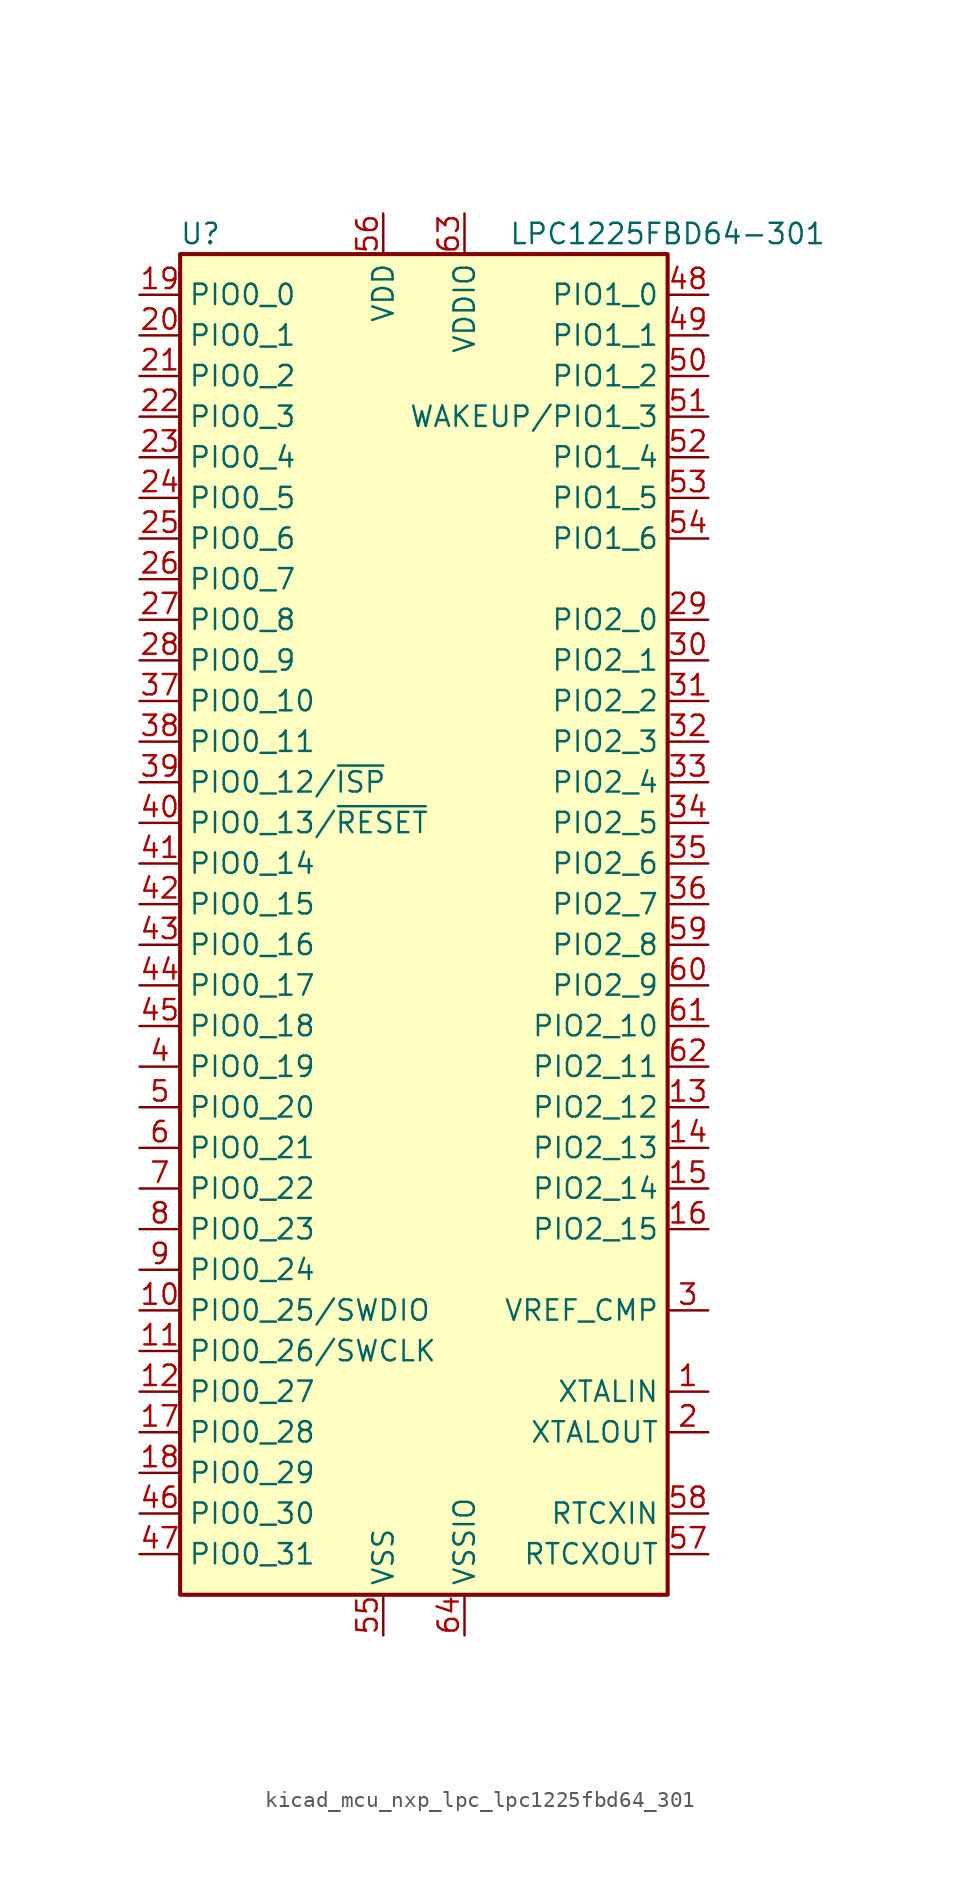
<source format=kicad_sym>
(kicad_symbol_lib
  (version 20220914)
  (generator kicad_symbol_editor)
  (symbol "kicad_mcu_nxp_lpc_lpc1225fbd64_301"
    (property "Reference" "U"
      (at -13.97 44.45 0)
      (effects (font (size 1.27 1.27))))
    (property "Value" "LPC1225FBD64-301"
      (at 15.24 44.45 0)
      (effects (font (size 1.27 1.27))))
    (symbol "kicad_mcu_nxp_lpc_lpc1225fbd64_301_0_1"
      (rectangle (start -15.24 43.18) (end 15.24 -40.64) (stroke (width 0.254) (type default)) (fill (type background))))
    (symbol "kicad_mcu_nxp_lpc_lpc1225fbd64_301_1_1"
      (pin input line (at 17.78 -27.94 180) (length 2.54) (name "XTALIN" (effects (font (size 1.27 1.27)))) (number "1" (effects (font (size 1.27 1.27)))))
      (pin bidirectional line (at -17.78 -22.86 0) (length 2.54) (name "PIO0_25/SWDIO" (effects (font (size 1.27 1.27)))) (number "10" (effects (font (size 1.27 1.27)))))
      (pin bidirectional line (at -17.78 -25.4 0) (length 2.54) (name "PIO0_26/SWCLK" (effects (font (size 1.27 1.27)))) (number "11" (effects (font (size 1.27 1.27)))))
      (pin bidirectional line (at -17.78 -27.94 0) (length 2.54) (name "PIO0_27" (effects (font (size 1.27 1.27)))) (number "12" (effects (font (size 1.27 1.27)))))
      (pin bidirectional line (at 17.78 -10.16 180) (length 2.54) (name "PIO2_12" (effects (font (size 1.27 1.27)))) (number "13" (effects (font (size 1.27 1.27)))))
      (pin bidirectional line (at 17.78 -12.7 180) (length 2.54) (name "PIO2_13" (effects (font (size 1.27 1.27)))) (number "14" (effects (font (size 1.27 1.27)))))
      (pin bidirectional line (at 17.78 -15.24 180) (length 2.54) (name "PIO2_14" (effects (font (size 1.27 1.27)))) (number "15" (effects (font (size 1.27 1.27)))))
      (pin bidirectional line (at 17.78 -17.78 180) (length 2.54) (name "PIO2_15" (effects (font (size 1.27 1.27)))) (number "16" (effects (font (size 1.27 1.27)))))
      (pin bidirectional line (at -17.78 -30.48 0) (length 2.54) (name "PIO0_28" (effects (font (size 1.27 1.27)))) (number "17" (effects (font (size 1.27 1.27)))))
      (pin bidirectional line (at -17.78 -33.02 0) (length 2.54) (name "PIO0_29" (effects (font (size 1.27 1.27)))) (number "18" (effects (font (size 1.27 1.27)))))
      (pin bidirectional line (at -17.78 40.64 0) (length 2.54) (name "PIO0_0" (effects (font (size 1.27 1.27)))) (number "19" (effects (font (size 1.27 1.27)))))
      (pin output line (at 17.78 -30.48 180) (length 2.54) (name "XTALOUT" (effects (font (size 1.27 1.27)))) (number "2" (effects (font (size 1.27 1.27)))))
      (pin bidirectional line (at -17.78 38.1 0) (length 2.54) (name "PIO0_1" (effects (font (size 1.27 1.27)))) (number "20" (effects (font (size 1.27 1.27)))))
      (pin bidirectional line (at -17.78 35.56 0) (length 2.54) (name "PIO0_2" (effects (font (size 1.27 1.27)))) (number "21" (effects (font (size 1.27 1.27)))))
      (pin bidirectional line (at -17.78 33.02 0) (length 2.54) (name "PIO0_3" (effects (font (size 1.27 1.27)))) (number "22" (effects (font (size 1.27 1.27)))))
      (pin bidirectional line (at -17.78 30.48 0) (length 2.54) (name "PIO0_4" (effects (font (size 1.27 1.27)))) (number "23" (effects (font (size 1.27 1.27)))))
      (pin bidirectional line (at -17.78 27.94 0) (length 2.54) (name "PIO0_5" (effects (font (size 1.27 1.27)))) (number "24" (effects (font (size 1.27 1.27)))))
      (pin bidirectional line (at -17.78 25.4 0) (length 2.54) (name "PIO0_6" (effects (font (size 1.27 1.27)))) (number "25" (effects (font (size 1.27 1.27)))))
      (pin bidirectional line (at -17.78 22.86 0) (length 2.54) (name "PIO0_7" (effects (font (size 1.27 1.27)))) (number "26" (effects (font (size 1.27 1.27)))))
      (pin bidirectional line (at -17.78 20.32 0) (length 2.54) (name "PIO0_8" (effects (font (size 1.27 1.27)))) (number "27" (effects (font (size 1.27 1.27)))))
      (pin bidirectional line (at -17.78 17.78 0) (length 2.54) (name "PIO0_9" (effects (font (size 1.27 1.27)))) (number "28" (effects (font (size 1.27 1.27)))))
      (pin bidirectional line (at 17.78 20.32 180) (length 2.54) (name "PIO2_0" (effects (font (size 1.27 1.27)))) (number "29" (effects (font (size 1.27 1.27)))))
      (pin input line (at 17.78 -22.86 180) (length 2.54) (name "VREF_CMP" (effects (font (size 1.27 1.27)))) (number "3" (effects (font (size 1.27 1.27)))))
      (pin bidirectional line (at 17.78 17.78 180) (length 2.54) (name "PIO2_1" (effects (font (size 1.27 1.27)))) (number "30" (effects (font (size 1.27 1.27)))))
      (pin bidirectional line (at 17.78 15.24 180) (length 2.54) (name "PIO2_2" (effects (font (size 1.27 1.27)))) (number "31" (effects (font (size 1.27 1.27)))))
      (pin bidirectional line (at 17.78 12.7 180) (length 2.54) (name "PIO2_3" (effects (font (size 1.27 1.27)))) (number "32" (effects (font (size 1.27 1.27)))))
      (pin bidirectional line (at 17.78 10.16 180) (length 2.54) (name "PIO2_4" (effects (font (size 1.27 1.27)))) (number "33" (effects (font (size 1.27 1.27)))))
      (pin bidirectional line (at 17.78 7.62 180) (length 2.54) (name "PIO2_5" (effects (font (size 1.27 1.27)))) (number "34" (effects (font (size 1.27 1.27)))))
      (pin bidirectional line (at 17.78 5.08 180) (length 2.54) (name "PIO2_6" (effects (font (size 1.27 1.27)))) (number "35" (effects (font (size 1.27 1.27)))))
      (pin bidirectional line (at 17.78 2.54 180) (length 2.54) (name "PIO2_7" (effects (font (size 1.27 1.27)))) (number "36" (effects (font (size 1.27 1.27)))))
      (pin bidirectional line (at -17.78 15.24 0) (length 2.54) (name "PIO0_10" (effects (font (size 1.27 1.27)))) (number "37" (effects (font (size 1.27 1.27)))))
      (pin bidirectional line (at -17.78 12.7 0) (length 2.54) (name "PIO0_11" (effects (font (size 1.27 1.27)))) (number "38" (effects (font (size 1.27 1.27)))))
      (pin bidirectional line (at -17.78 10.16 0) (length 2.54) (name "PIO0_12/~{ISP}" (effects (font (size 1.27 1.27)))) (number "39" (effects (font (size 1.27 1.27)))))
      (pin bidirectional line (at -17.78 -7.62 0) (length 2.54) (name "PIO0_19" (effects (font (size 1.27 1.27)))) (number "4" (effects (font (size 1.27 1.27)))))
      (pin bidirectional line (at -17.78 7.62 0) (length 2.54) (name "PIO0_13/~{RESET}" (effects (font (size 1.27 1.27)))) (number "40" (effects (font (size 1.27 1.27)))))
      (pin bidirectional line (at -17.78 5.08 0) (length 2.54) (name "PIO0_14" (effects (font (size 1.27 1.27)))) (number "41" (effects (font (size 1.27 1.27)))))
      (pin bidirectional line (at -17.78 2.54 0) (length 2.54) (name "PIO0_15" (effects (font (size 1.27 1.27)))) (number "42" (effects (font (size 1.27 1.27)))))
      (pin bidirectional line (at -17.78 0 0) (length 2.54) (name "PIO0_16" (effects (font (size 1.27 1.27)))) (number "43" (effects (font (size 1.27 1.27)))))
      (pin bidirectional line (at -17.78 -2.54 0) (length 2.54) (name "PIO0_17" (effects (font (size 1.27 1.27)))) (number "44" (effects (font (size 1.27 1.27)))))
      (pin bidirectional line (at -17.78 -5.08 0) (length 2.54) (name "PIO0_18" (effects (font (size 1.27 1.27)))) (number "45" (effects (font (size 1.27 1.27)))))
      (pin bidirectional line (at -17.78 -35.56 0) (length 2.54) (name "PIO0_30" (effects (font (size 1.27 1.27)))) (number "46" (effects (font (size 1.27 1.27)))))
      (pin bidirectional line (at -17.78 -38.1 0) (length 2.54) (name "PIO0_31" (effects (font (size 1.27 1.27)))) (number "47" (effects (font (size 1.27 1.27)))))
      (pin bidirectional line (at 17.78 40.64 180) (length 2.54) (name "PIO1_0" (effects (font (size 1.27 1.27)))) (number "48" (effects (font (size 1.27 1.27)))))
      (pin bidirectional line (at 17.78 38.1 180) (length 2.54) (name "PIO1_1" (effects (font (size 1.27 1.27)))) (number "49" (effects (font (size 1.27 1.27)))))
      (pin bidirectional line (at -17.78 -10.16 0) (length 2.54) (name "PIO0_20" (effects (font (size 1.27 1.27)))) (number "5" (effects (font (size 1.27 1.27)))))
      (pin bidirectional line (at 17.78 35.56 180) (length 2.54) (name "PIO1_2" (effects (font (size 1.27 1.27)))) (number "50" (effects (font (size 1.27 1.27)))))
      (pin bidirectional line (at 17.78 33.02 180) (length 2.54) (name "WAKEUP/PIO1_3" (effects (font (size 1.27 1.27)))) (number "51" (effects (font (size 1.27 1.27)))))
      (pin bidirectional line (at 17.78 30.48 180) (length 2.54) (name "PIO1_4" (effects (font (size 1.27 1.27)))) (number "52" (effects (font (size 1.27 1.27)))))
      (pin bidirectional line (at 17.78 27.94 180) (length 2.54) (name "PIO1_5" (effects (font (size 1.27 1.27)))) (number "53" (effects (font (size 1.27 1.27)))))
      (pin bidirectional line (at 17.78 25.4 180) (length 2.54) (name "PIO1_6" (effects (font (size 1.27 1.27)))) (number "54" (effects (font (size 1.27 1.27)))))
      (pin power_in line (at -2.54 -43.18 90) (length 2.54) (name "VSS" (effects (font (size 1.27 1.27)))) (number "55" (effects (font (size 1.27 1.27)))))
      (pin power_in line (at -2.54 45.72 270) (length 2.54) (name "VDD" (effects (font (size 1.27 1.27)))) (number "56" (effects (font (size 1.27 1.27)))))
      (pin output line (at 17.78 -38.1 180) (length 2.54) (name "RTCXOUT" (effects (font (size 1.27 1.27)))) (number "57" (effects (font (size 1.27 1.27)))))
      (pin input line (at 17.78 -35.56 180) (length 2.54) (name "RTCXIN" (effects (font (size 1.27 1.27)))) (number "58" (effects (font (size 1.27 1.27)))))
      (pin bidirectional line (at 17.78 0 180) (length 2.54) (name "PIO2_8" (effects (font (size 1.27 1.27)))) (number "59" (effects (font (size 1.27 1.27)))))
      (pin bidirectional line (at -17.78 -12.7 0) (length 2.54) (name "PIO0_21" (effects (font (size 1.27 1.27)))) (number "6" (effects (font (size 1.27 1.27)))))
      (pin bidirectional line (at 17.78 -2.54 180) (length 2.54) (name "PIO2_9" (effects (font (size 1.27 1.27)))) (number "60" (effects (font (size 1.27 1.27)))))
      (pin bidirectional line (at 17.78 -5.08 180) (length 2.54) (name "PIO2_10" (effects (font (size 1.27 1.27)))) (number "61" (effects (font (size 1.27 1.27)))))
      (pin bidirectional line (at 17.78 -7.62 180) (length 2.54) (name "PIO2_11" (effects (font (size 1.27 1.27)))) (number "62" (effects (font (size 1.27 1.27)))))
      (pin power_in line (at 2.54 45.72 270) (length 2.54) (name "VDDIO" (effects (font (size 1.27 1.27)))) (number "63" (effects (font (size 1.27 1.27)))))
      (pin power_in line (at 2.54 -43.18 90) (length 2.54) (name "VSSIO" (effects (font (size 1.27 1.27)))) (number "64" (effects (font (size 1.27 1.27)))))
      (pin bidirectional line (at -17.78 -15.24 0) (length 2.54) (name "PIO0_22" (effects (font (size 1.27 1.27)))) (number "7" (effects (font (size 1.27 1.27)))))
      (pin bidirectional line (at -17.78 -17.78 0) (length 2.54) (name "PIO0_23" (effects (font (size 1.27 1.27)))) (number "8" (effects (font (size 1.27 1.27)))))
      (pin bidirectional line (at -17.78 -20.32 0) (length 2.54) (name "PIO0_24" (effects (font (size 1.27 1.27)))) (number "9" (effects (font (size 1.27 1.27))))))))
</source>
